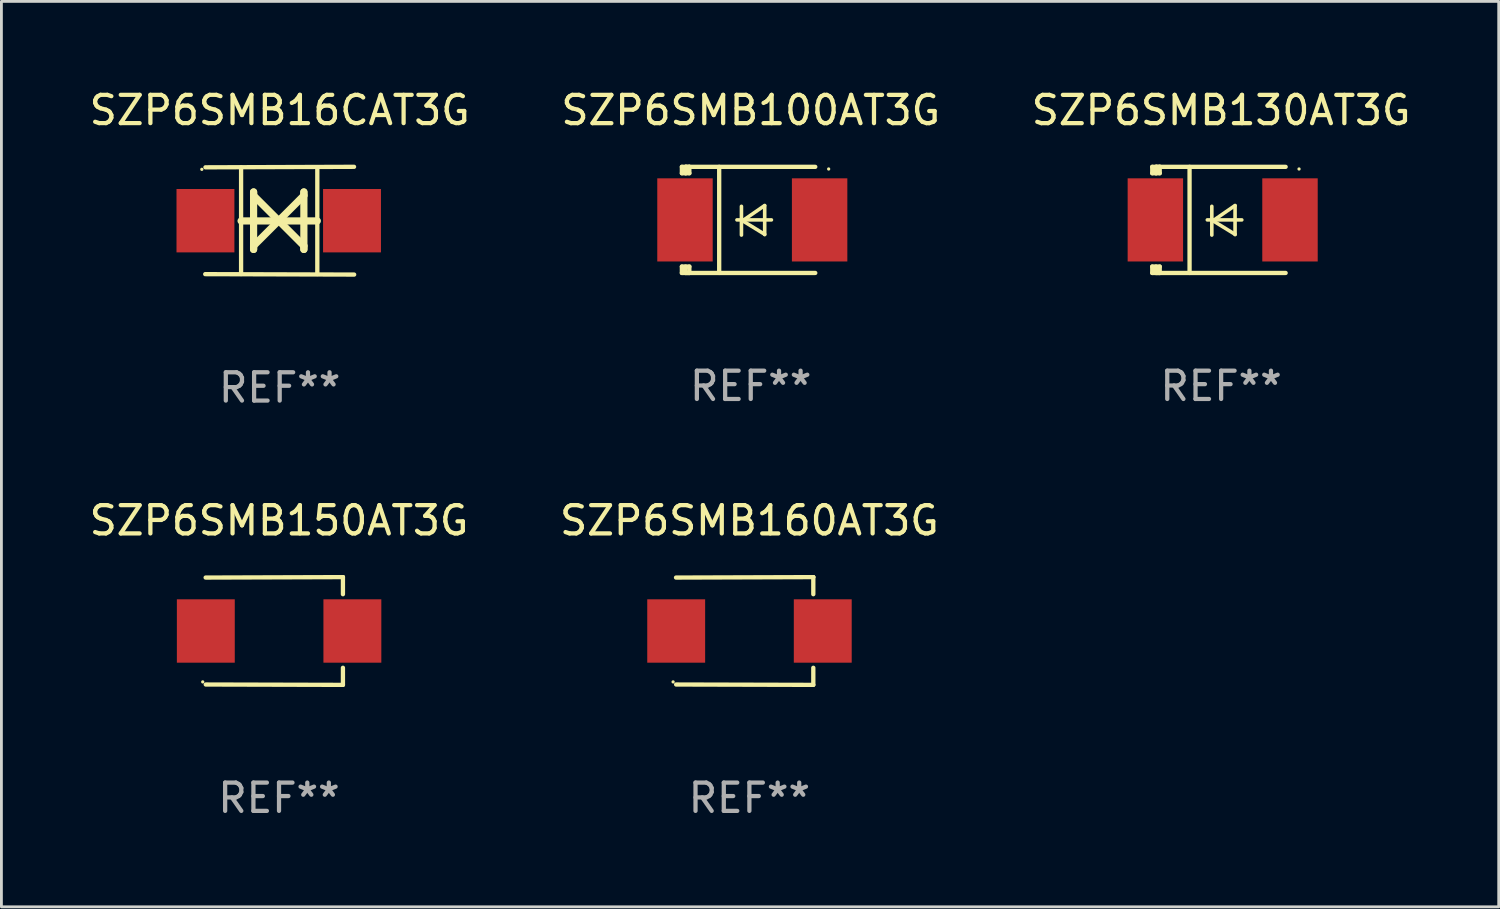
<source format=kicad_pcb>
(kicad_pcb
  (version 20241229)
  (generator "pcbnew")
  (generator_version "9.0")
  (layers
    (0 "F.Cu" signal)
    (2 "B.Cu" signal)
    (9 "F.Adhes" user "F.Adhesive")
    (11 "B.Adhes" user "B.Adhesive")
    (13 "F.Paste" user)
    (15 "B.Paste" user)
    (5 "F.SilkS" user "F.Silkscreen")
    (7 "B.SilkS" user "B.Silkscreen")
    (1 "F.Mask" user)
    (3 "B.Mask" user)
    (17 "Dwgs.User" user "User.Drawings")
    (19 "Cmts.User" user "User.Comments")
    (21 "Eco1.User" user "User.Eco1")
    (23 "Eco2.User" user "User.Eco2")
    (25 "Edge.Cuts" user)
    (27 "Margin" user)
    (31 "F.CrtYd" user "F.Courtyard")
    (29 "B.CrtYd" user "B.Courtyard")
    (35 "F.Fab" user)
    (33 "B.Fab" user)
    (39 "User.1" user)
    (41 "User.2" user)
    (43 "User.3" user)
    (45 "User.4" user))
  (footprint "SZP6SMB150AT3G"
    (layer "F.Cu")
    (at 6.815 19.26)
    (property "Reference" "SZP6SMB150AT3G" (at 0 -3.905 0) (layer "F.SilkS") (effects (font (size 1 1) (thickness 0.15))))
    (attr through_hole)
    (fp_line (start 2.256 -1.905) (end -2.594 -1.889) (stroke (width 0.152) (type solid)) (layer "F.SilkS"))
    (fp_line (start 2.256 -1.905) (end 2.26 -1.905) (stroke (width 0.152) (type solid)) (layer "F.SilkS"))
    (fp_line (start 2.26 -1.905) (end 2.26 -1.301) (stroke (width 0.152) (type solid)) (layer "F.SilkS"))
    (fp_line (start 2.26 1.301) (end 2.26 1.905) (stroke (width 0.152) (type solid)) (layer "F.SilkS"))
    (fp_line (start 2.26 1.905) (end -2.59 1.892) (stroke (width 0.152) (type solid)) (layer "F.SilkS"))
    (fp_circle (center -2.697 1.8) (end -2.667 1.8) (stroke (width 0.06) (type solid)) (fill no) (layer "F.SilkS"))
    (fp_text user "REF**" (at 0 5.905 0) (layer "F.Fab") (effects (font (size 1 1) (thickness 0.15))))
    (pad "1" smd rect (at -2.588 0) (size 2.047 2.241) (layers "F.Cu" "F.Mask" "F.Paste"))
    (pad "2" smd rect (at 2.594 0) (size 2.047 2.241) (layers "F.Cu" "F.Mask" "F.Paste")))
  (footprint "SZP6SMB160AT3G"
    (layer "F.Cu")
    (at 23.446 19.26)
    (property "Reference" "SZP6SMB160AT3G" (at 0 -3.905 0) (layer "F.SilkS") (effects (font (size 1 1) (thickness 0.15))))
    (attr through_hole)
    (fp_line (start 2.256 -1.905) (end -2.594 -1.889) (stroke (width 0.152) (type solid)) (layer "F.SilkS"))
    (fp_line (start 2.256 -1.905) (end 2.26 -1.905) (stroke (width 0.152) (type solid)) (layer "F.SilkS"))
    (fp_line (start 2.26 -1.905) (end 2.26 -1.301) (stroke (width 0.152) (type solid)) (layer "F.SilkS"))
    (fp_line (start 2.26 1.301) (end 2.26 1.905) (stroke (width 0.152) (type solid)) (layer "F.SilkS"))
    (fp_line (start 2.26 1.905) (end -2.59 1.892) (stroke (width 0.152) (type solid)) (layer "F.SilkS"))
    (fp_circle (center -2.697 1.8) (end -2.667 1.8) (stroke (width 0.06) (type solid)) (fill no) (layer "F.SilkS"))
    (fp_text user "REF**" (at 0 5.905 0) (layer "F.Fab") (effects (font (size 1 1) (thickness 0.15))))
    (pad "1" smd rect (at -2.588 0) (size 2.047 2.241) (layers "F.Cu" "F.Mask" "F.Paste"))
    (pad "2" smd rect (at 2.594 0) (size 2.047 2.241) (layers "F.Cu" "F.Mask" "F.Paste")))
  (footprint "SZP6SMB16CAT3G"
    (layer "F.Cu")
    (at 6.839 4.753)
    (property "Reference" "SZP6SMB16CAT3G" (at 0 -3.905 0) (layer "F.SilkS") (effects (font (size 1 1) (thickness 0.15))))
    (attr through_hole)
    (fp_line (start -1.365 1.886) (end -1.365 -1.886) (stroke (width 0.152) (type solid)) (layer "F.SilkS"))
    (fp_line (start -1.365 0.008) (end 1.33 0.008) (stroke (width 0.254) (type solid)) (layer "F.SilkS"))
    (fp_line (start -0.923 -1.016) (end -0.923 1.016) (stroke (width 0.254) (type solid)) (layer "F.SilkS"))
    (fp_line (start -0.923 -0.889) (end -0.923 -1.016) (stroke (width 0.254) (type solid)) (layer "F.SilkS"))
    (fp_line (start -0.923 0.889) (end -0.034 0) (stroke (width 0.254) (type solid)) (layer "F.SilkS"))
    (fp_line (start -0.923 1.016) (end -0.923 0.889) (stroke (width 0.254) (type solid)) (layer "F.SilkS"))
    (fp_line (start -0.034 0) (end -0.923 -0.889) (stroke (width 0.254) (type solid)) (layer "F.SilkS"))
    (fp_line (start -0.034 0) (end 0.855 0.889) (stroke (width 0.254) (type solid)) (layer "F.SilkS"))
    (fp_line (start 0.855 -1.016) (end 0.855 -0.889) (stroke (width 0.254) (type solid)) (layer "F.SilkS"))
    (fp_line (start 0.855 -0.889) (end -0.034 0) (stroke (width 0.254) (type solid)) (layer "F.SilkS"))
    (fp_line (start 0.855 0.889) (end 0.855 1.016) (stroke (width 0.254) (type solid)) (layer "F.SilkS"))
    (fp_line (start 0.855 1.016) (end 0.855 -1.016) (stroke (width 0.254) (type solid)) (layer "F.SilkS"))
    (fp_line (start 1.33 1.886) (end 1.33 -1.886) (stroke (width 0.152) (type solid)) (layer "F.SilkS"))
    (fp_line (start 2.629 -1.905) (end -2.625 -1.887) (stroke (width 0.152) (type solid)) (layer "F.SilkS"))
    (fp_line (start 2.633 1.905) (end -2.633 1.89) (stroke (width 0.152) (type solid)) (layer "F.SilkS"))
    (fp_circle (center -2.753 -1.816) (end -2.723 -1.816) (stroke (width 0.06) (type solid)) (fill no) (layer "F.SilkS"))
    (fp_text user "REF**" (at 0 5.905 0) (layer "F.Fab") (effects (font (size 1 1) (thickness 0.15))))
    (pad "1" smd rect (at -2.625 0) (size 2.047 2.241) (layers "F.Cu" "F.Mask" "F.Paste"))
    (pad "2" smd rect (at 2.557 0) (size 2.047 2.241) (layers "F.Cu" "F.Mask" "F.Paste")))
  (footprint "SZP6SMB100AT3G"
    (layer "F.Cu")
    (at 23.494 4.725)
    (property "Reference" "SZP6SMB100AT3G" (at 0 -3.876 0) (layer "F.SilkS") (effects (font (size 1 1) (thickness 0.15))))
    (attr through_hole)
    (fp_line (start -2.435 1.65) (end -2.171 1.65) (stroke (width 0.152) (type solid)) (layer "F.SilkS"))
    (fp_line (start -2.435 1.876) (end -2.435 1.65) (stroke (width 0.152) (type solid)) (layer "F.SilkS"))
    (fp_line (start -2.435 -1.876) (end -2.171 -1.876) (stroke (width 0.152) (type solid)) (layer "F.SilkS"))
    (fp_line (start -2.435 -1.65) (end -2.435 -1.876) (stroke (width 0.152) (type solid)) (layer "F.SilkS"))
    (fp_line (start -2.305 -1.866) (end -2.295 -1.876) (stroke (width 0.152) (type solid)) (layer "F.SilkS"))
    (fp_line (start -2.305 -1.65) (end -2.305 -1.866) (stroke (width 0.152) (type solid)) (layer "F.SilkS"))
    (fp_line (start -2.305 1.876) (end -2.305 1.65) (stroke (width 0.152) (type solid)) (layer "F.SilkS"))
    (fp_line (start -2.295 -1.876) (end -2.295 -1.65) (stroke (width 0.152) (type solid)) (layer "F.SilkS"))
    (fp_line (start -2.171 1.876) (end -2.435 1.876) (stroke (width 0.152) (type solid)) (layer "F.SilkS"))
    (fp_line (start -2.171 -1.65) (end -2.435 -1.65) (stroke (width 0.152) (type solid)) (layer "F.SilkS"))
    (fp_line (start -2.171 -1.876) (end -2.295 -1.876) (stroke (width 0.152) (type solid)) (layer "F.SilkS"))
    (fp_line (start -2.171 -1.65) (end -2.171 -1.876) (stroke (width 0.152) (type solid)) (layer "F.SilkS"))
    (fp_line (start -2.171 1.876) (end -2.305 1.876) (stroke (width 0.152) (type solid)) (layer "F.SilkS"))
    (fp_line (start -2.171 1.876) (end -2.171 1.65) (stroke (width 0.152) (type solid)) (layer "F.SilkS"))
    (fp_line (start -1.116 1.876) (end -1.116 -1.876) (stroke (width 0.152) (type solid)) (layer "F.SilkS"))
    (fp_line (start -0.488 0.000102) (end 0.731 0.000102) (stroke (width 0.127) (type solid)) (layer "F.SilkS"))
    (fp_line (start -0.329 -0.48) (end -0.329 0.536) (stroke (width 0.127) (type solid)) (layer "F.SilkS"))
    (fp_line (start -0.29 0.03) (end 0.493 0.51) (stroke (width 0.127) (type solid)) (layer "F.SilkS"))
    (fp_line (start 0.493 -0.51) (end -0.29 0.03) (stroke (width 0.127) (type solid)) (layer "F.SilkS"))
    (fp_line (start 0.493 0.52) (end 0.493 -0.496) (stroke (width 0.127) (type solid)) (layer "F.SilkS"))
    (fp_line (start 2.281 -1.876) (end -2.171 -1.876) (stroke (width 0.152) (type solid)) (layer "F.SilkS"))
    (fp_line (start 2.281 1.876) (end -2.171 1.876) (stroke (width 0.152) (type solid)) (layer "F.SilkS"))
    (fp_circle (center 2.755 -1.8) (end 2.785 -1.8) (stroke (width 0.06) (type solid)) (fill no) (layer "F.SilkS"))
    (fp_text user "REF**" (at 0 5.876 0) (layer "F.Fab") (effects (font (size 1 1) (thickness 0.15))))
    (pad "1" smd rect (at 2.435 -0.000025 180) (size 1.96 2.94) (layers "F.Cu" "F.Mask" "F.Paste"))
    (pad "2" smd rect (at -2.325 -0.000025 180) (size 1.96 2.94) (layers "F.Cu" "F.Mask" "F.Paste")))
  (footprint "SZP6SMB130AT3G"
    (layer "F.Cu")
    (at 40.125 4.725)
    (property "Reference" "SZP6SMB130AT3G" (at 0 -3.876 0) (layer "F.SilkS") (effects (font (size 1 1) (thickness 0.15))))
    (attr through_hole)
    (fp_line (start -2.435 1.65) (end -2.171 1.65) (stroke (width 0.152) (type solid)) (layer "F.SilkS"))
    (fp_line (start -2.435 1.876) (end -2.435 1.65) (stroke (width 0.152) (type solid)) (layer "F.SilkS"))
    (fp_line (start -2.435 -1.876) (end -2.171 -1.876) (stroke (width 0.152) (type solid)) (layer "F.SilkS"))
    (fp_line (start -2.435 -1.65) (end -2.435 -1.876) (stroke (width 0.152) (type solid)) (layer "F.SilkS"))
    (fp_line (start -2.305 -1.866) (end -2.295 -1.876) (stroke (width 0.152) (type solid)) (layer "F.SilkS"))
    (fp_line (start -2.305 -1.65) (end -2.305 -1.866) (stroke (width 0.152) (type solid)) (layer "F.SilkS"))
    (fp_line (start -2.305 1.876) (end -2.305 1.65) (stroke (width 0.152) (type solid)) (layer "F.SilkS"))
    (fp_line (start -2.295 -1.876) (end -2.295 -1.65) (stroke (width 0.152) (type solid)) (layer "F.SilkS"))
    (fp_line (start -2.171 1.876) (end -2.435 1.876) (stroke (width 0.152) (type solid)) (layer "F.SilkS"))
    (fp_line (start -2.171 -1.65) (end -2.435 -1.65) (stroke (width 0.152) (type solid)) (layer "F.SilkS"))
    (fp_line (start -2.171 -1.876) (end -2.295 -1.876) (stroke (width 0.152) (type solid)) (layer "F.SilkS"))
    (fp_line (start -2.171 -1.65) (end -2.171 -1.876) (stroke (width 0.152) (type solid)) (layer "F.SilkS"))
    (fp_line (start -2.171 1.876) (end -2.305 1.876) (stroke (width 0.152) (type solid)) (layer "F.SilkS"))
    (fp_line (start -2.171 1.876) (end -2.171 1.65) (stroke (width 0.152) (type solid)) (layer "F.SilkS"))
    (fp_line (start -1.116 1.876) (end -1.116 -1.876) (stroke (width 0.152) (type solid)) (layer "F.SilkS"))
    (fp_line (start -0.488 0.000102) (end 0.731 0.000102) (stroke (width 0.127) (type solid)) (layer "F.SilkS"))
    (fp_line (start -0.329 -0.48) (end -0.329 0.536) (stroke (width 0.127) (type solid)) (layer "F.SilkS"))
    (fp_line (start -0.29 0.03) (end 0.493 0.51) (stroke (width 0.127) (type solid)) (layer "F.SilkS"))
    (fp_line (start 0.493 -0.51) (end -0.29 0.03) (stroke (width 0.127) (type solid)) (layer "F.SilkS"))
    (fp_line (start 0.493 0.52) (end 0.493 -0.496) (stroke (width 0.127) (type solid)) (layer "F.SilkS"))
    (fp_line (start 2.281 -1.876) (end -2.171 -1.876) (stroke (width 0.152) (type solid)) (layer "F.SilkS"))
    (fp_line (start 2.281 1.876) (end -2.171 1.876) (stroke (width 0.152) (type solid)) (layer "F.SilkS"))
    (fp_circle (center 2.755 -1.8) (end 2.785 -1.8) (stroke (width 0.06) (type solid)) (fill no) (layer "F.SilkS"))
    (fp_text user "REF**" (at 0 5.876 0) (layer "F.Fab") (effects (font (size 1 1) (thickness 0.15))))
    (pad "1" smd rect (at 2.435 -0.000025 180) (size 1.96 2.94) (layers "F.Cu" "F.Mask" "F.Paste"))
    (pad "2" smd rect (at -2.325 -0.000025 180) (size 1.96 2.94) (layers "F.Cu" "F.Mask" "F.Paste")))
  (gr_rect
    (start -3 -3)
    (end 49.94 29.013)
    (stroke (width 0.1) (type default))
    (fill no)
    (layer "Edge.Cuts")))
</source>
